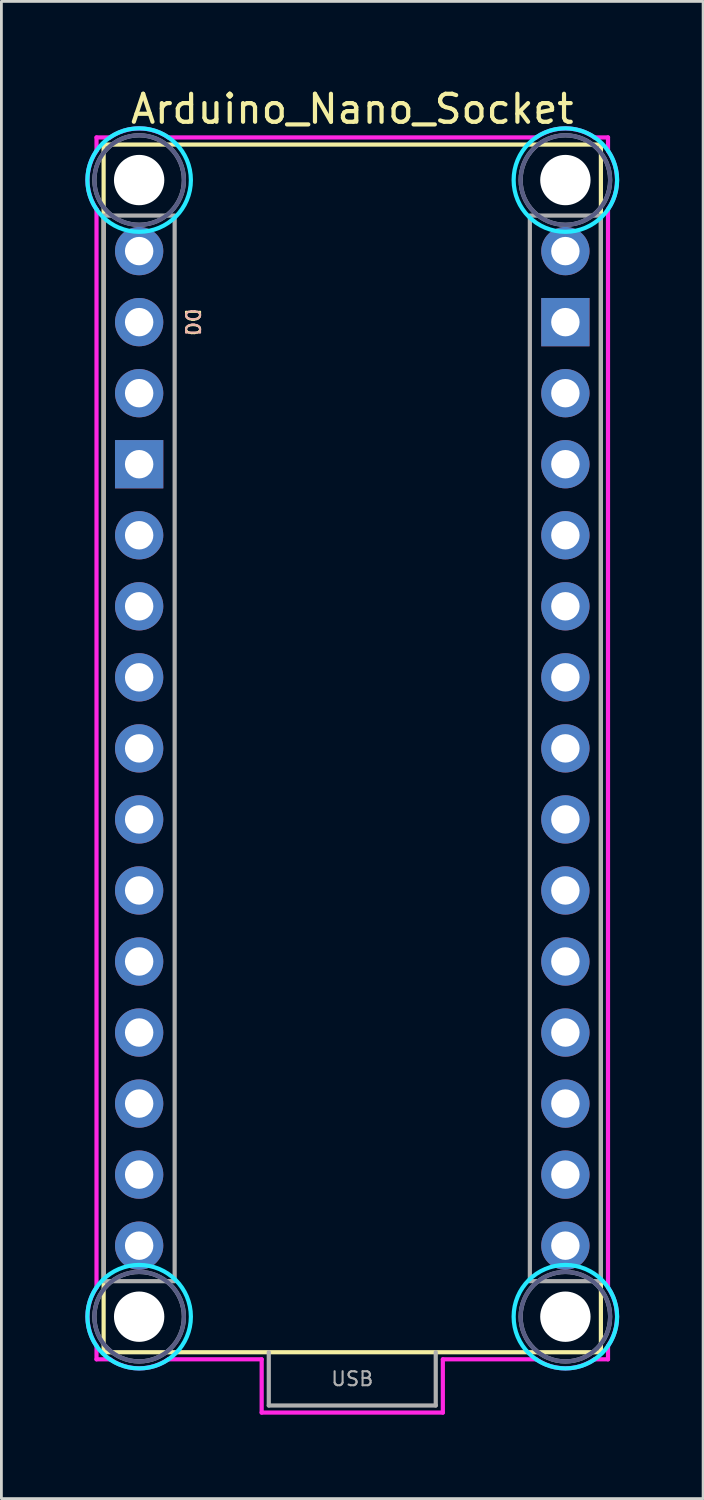
<source format=kicad_pcb>
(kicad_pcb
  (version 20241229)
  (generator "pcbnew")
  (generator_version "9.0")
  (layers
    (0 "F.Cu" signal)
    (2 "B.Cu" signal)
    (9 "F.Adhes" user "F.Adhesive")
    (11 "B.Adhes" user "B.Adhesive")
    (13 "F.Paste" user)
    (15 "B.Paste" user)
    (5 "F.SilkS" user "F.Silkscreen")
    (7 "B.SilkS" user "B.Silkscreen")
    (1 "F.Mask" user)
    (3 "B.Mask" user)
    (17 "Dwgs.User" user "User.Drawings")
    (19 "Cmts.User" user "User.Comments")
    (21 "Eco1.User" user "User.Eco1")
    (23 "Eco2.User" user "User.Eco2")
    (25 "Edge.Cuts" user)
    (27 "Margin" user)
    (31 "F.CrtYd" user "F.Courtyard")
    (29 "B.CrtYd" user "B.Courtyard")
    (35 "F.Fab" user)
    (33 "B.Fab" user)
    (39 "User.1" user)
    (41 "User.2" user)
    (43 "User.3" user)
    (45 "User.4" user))
  (footprint "Arduino_Nano_Socket"
    (layer "F.Cu")
    (at 9.545 45.298)
    (property "Reference" "Arduino_Nano_Socket" (at 0 -44.45 0) (layer "F.SilkS") (effects (font (size 1 1) (thickness 0.15))))
    (attr through_hole)
    (fp_line (start -8.89 -43.18) (end -8.89 0) (stroke (width 0.15) (type solid)) (layer "F.SilkS"))
    (fp_line (start -8.89 -43.18) (end 8.89 -43.18) (stroke (width 0.15) (type solid)) (layer "F.SilkS"))
    (fp_line (start -8.89 0) (end 8.89 0) (stroke (width 0.15) (type solid)) (layer "F.SilkS"))
    (fp_line (start 8.89 -43.18) (end 8.89 0) (stroke (width 0.15) (type solid)) (layer "F.SilkS"))
    (fp_circle (center -7.62 -41.91) (end -5.77 -41.91) (stroke (width 0.15) (type solid)) (fill no) (layer "B.CrtYd"))
    (fp_circle (center -7.62 -1.27) (end -5.77 -1.27) (stroke (width 0.15) (type solid)) (fill no) (layer "B.CrtYd"))
    (fp_circle (center 7.62 -41.91) (end 9.47 -41.91) (stroke (width 0.15) (type solid)) (fill no) (layer "B.CrtYd"))
    (fp_circle (center 7.62 -1.27) (end 9.47 -1.27) (stroke (width 0.15) (type solid)) (fill no) (layer "B.CrtYd"))
    (fp_line (start -9.144 -43.434) (end -8.661 -43.434) (stroke (width 0.15) (type solid)) (layer "F.CrtYd"))
    (fp_line (start -9.144 -42.951) (end -9.144 -43.434) (stroke (width 0.15) (type solid)) (layer "F.CrtYd"))
    (fp_line (start -9.144 -2.311) (end -9.144 -40.869) (stroke (width 0.15) (type solid)) (layer "F.CrtYd"))
    (fp_line (start -9.144 0.254) (end -9.144 -0.229) (stroke (width 0.15) (type solid)) (layer "F.CrtYd"))
    (fp_line (start -8.661 0.254) (end -9.144 0.254) (stroke (width 0.15) (type solid)) (layer "F.CrtYd"))
    (fp_line (start -6.579 -43.434) (end 6.579 -43.434) (stroke (width 0.15) (type solid)) (layer "F.CrtYd"))
    (fp_line (start -3.239 0.254) (end -6.579 0.254) (stroke (width 0.15) (type solid)) (layer "F.CrtYd"))
    (fp_line (start -3.239 0.254) (end -3.239 2.159) (stroke (width 0.15) (type solid)) (layer "F.CrtYd"))
    (fp_line (start 3.239 0.254) (end 3.239 2.159) (stroke (width 0.15) (type solid)) (layer "F.CrtYd"))
    (fp_line (start 3.239 2.159) (end -3.239 2.159) (stroke (width 0.15) (type solid)) (layer "F.CrtYd"))
    (fp_line (start 6.579 0.254) (end 3.239 0.254) (stroke (width 0.15) (type solid)) (layer "F.CrtYd"))
    (fp_line (start 8.661 -43.434) (end 9.144 -43.434) (stroke (width 0.15) (type solid)) (layer "F.CrtYd"))
    (fp_line (start 9.144 -43.434) (end 9.144 -42.951) (stroke (width 0.15) (type solid)) (layer "F.CrtYd"))
    (fp_line (start 9.144 -40.869) (end 9.144 -2.311) (stroke (width 0.15) (type solid)) (layer "F.CrtYd"))
    (fp_line (start 9.144 -0.229) (end 9.144 0.254) (stroke (width 0.15) (type solid)) (layer "F.CrtYd"))
    (fp_line (start 9.144 0.254) (end 8.661 0.254) (stroke (width 0.15) (type solid)) (layer "F.CrtYd"))
    (fp_arc (start -9.144 -40.8686) (mid -9.467363 -41.91) (end -9.144 -42.9514) (stroke (width 0.15) (type solid)) (layer "F.CrtYd"))
    (fp_arc (start -9.144 -0.2286) (mid -9.467363 -1.27) (end -9.144 -2.3114) (stroke (width 0.15) (type solid)) (layer "F.CrtYd"))
    (fp_arc (start -8.6614 -43.434) (mid -7.62 -43.757363) (end -6.5786 -43.434) (stroke (width 0.15) (type solid)) (layer "F.CrtYd"))
    (fp_arc (start -6.5786 0.254) (mid -7.62 0.577363) (end -8.6614 0.254) (stroke (width 0.15) (type solid)) (layer "F.CrtYd"))
    (fp_arc (start 6.5786 -43.434) (mid 7.62 -43.757363) (end 8.6614 -43.434) (stroke (width 0.15) (type solid)) (layer "F.CrtYd"))
    (fp_arc (start 8.6614 0.254) (mid 7.62 0.577363) (end 6.5786 0.254) (stroke (width 0.15) (type solid)) (layer "F.CrtYd"))
    (fp_arc (start 9.144 -42.9514) (mid 9.467363 -41.91) (end 9.144 -40.8686) (stroke (width 0.15) (type solid)) (layer "F.CrtYd"))
    (fp_arc (start 9.144 -2.3114) (mid 9.467363 -1.27) (end 9.144 -0.2286) (stroke (width 0.15) (type solid)) (layer "F.CrtYd"))
    (fp_circle (center -7.62 -41.91) (end -6.02 -41.91) (stroke (width 0.15) (type solid)) (fill no) (layer "B.Fab"))
    (fp_circle (center -7.62 -1.27) (end -6.02 -1.27) (stroke (width 0.15) (type solid)) (fill no) (layer "B.Fab"))
    (fp_circle (center 7.62 -41.91) (end 9.22 -41.91) (stroke (width 0.15) (type solid)) (fill no) (layer "B.Fab"))
    (fp_circle (center 7.62 -1.27) (end 9.22 -1.27) (stroke (width 0.15) (type solid)) (fill no) (layer "B.Fab"))
    (fp_line (start -2.985 1.905) (end -2.985 0) (stroke (width 0.15) (type solid)) (layer "F.Fab"))
    (fp_line (start -2.985 1.905) (end 2.985 1.905) (stroke (width 0.15) (type solid)) (layer "F.Fab"))
    (fp_line (start 2.985 1.905) (end 2.985 0) (stroke (width 0.15) (type solid)) (layer "F.Fab"))
    (fp_rect (start -8.89 -40.64) (end -6.35 -2.54) (stroke (width 0.15) (type solid)) (fill no) (layer "F.Fab"))
    (fp_rect (start 6.35 -40.64) (end 8.89 -2.54) (stroke (width 0.15) (type solid)) (fill no) (layer "F.Fab"))
    (fp_circle (center -7.62 -41.91) (end -6.02 -41.91) (stroke (width 0.15) (type solid)) (fill no) (layer "F.Fab"))
    (fp_circle (center -7.62 -1.27) (end -6.02 -1.27) (stroke (width 0.15) (type solid)) (fill no) (layer "F.Fab"))
    (fp_circle (center 7.62 -41.91) (end 9.22 -41.91) (stroke (width 0.15) (type solid)) (fill no) (layer "F.Fab"))
    (fp_circle (center 7.62 -1.27) (end 9.22 -1.27) (stroke (width 0.15) (type solid)) (fill no) (layer "F.Fab"))
    (fp_text user "D0" (at -5.715 -36.83 270) (unlocked yes) (layer "F.SilkS") (effects (font (size 0.5 0.5) (thickness 0.075))))
    (fp_text user "D0" (at -5.715 -36.83 270) (unlocked yes) (layer "B.SilkS") (effects (font (size 0.5 0.5) (thickness 0.075)) (justify mirror)))
    (fp_text user "USB" (at 0 0.953 0) (layer "F.Fab") (effects (font (size 0.5 0.5) (thickness 0.075))))
    (pad "" np_thru_hole circle (at -7.62 -41.91) (size 1.8 1.8) (drill 1.8) (layers "*.Cu" "*.Mask"))
    (pad "" np_thru_hole circle (at -7.62 -1.27) (size 1.8 1.8) (drill 1.8) (layers "*.Cu" "*.Mask"))
    (pad "" np_thru_hole circle (at 7.62 -41.91) (size 1.8 1.8) (drill 1.8) (layers "*.Cu" "*.Mask"))
    (pad "" np_thru_hole circle (at 7.62 -1.27) (size 1.8 1.8) (drill 1.8) (layers "*.Cu" "*.Mask"))
    (pad "3V3" thru_hole circle (at 7.62 -6.35) (size 1.727 1.727) (drill 1.016) (layers "*.Cu" "*.Mask"))
    (pad "5V" thru_hole circle (at 7.62 -31.75) (size 1.727 1.727) (drill 1.016) (layers "*.Cu" "*.Mask"))
    (pad "A0" thru_hole circle (at 7.62 -11.43) (size 1.727 1.727) (drill 1.016) (layers "*.Cu" "*.Mask"))
    (pad "A1" thru_hole circle (at 7.62 -13.97) (size 1.727 1.727) (drill 1.016) (layers "*.Cu" "*.Mask"))
    (pad "A2" thru_hole circle (at 7.62 -16.51) (size 1.727 1.727) (drill 1.016) (layers "*.Cu" "*.Mask"))
    (pad "A3" thru_hole circle (at 7.62 -19.05) (size 1.727 1.727) (drill 1.016) (layers "*.Cu" "*.Mask"))
    (pad "A4" thru_hole circle (at 7.62 -21.59) (size 1.727 1.727) (drill 1.016) (layers "*.Cu" "*.Mask"))
    (pad "A5" thru_hole circle (at 7.62 -24.13) (size 1.727 1.727) (drill 1.016) (layers "*.Cu" "*.Mask"))
    (pad "A6" thru_hole circle (at 7.62 -26.67) (size 1.727 1.727) (drill 1.016) (layers "*.Cu" "*.Mask"))
    (pad "A7" thru_hole circle (at 7.62 -29.21) (size 1.727 1.727) (drill 1.016) (layers "*.Cu" "*.Mask"))
    (pad "AREF" thru_hole circle (at 7.62 -8.89) (size 1.727 1.727) (drill 1.016) (layers "*.Cu" "*.Mask"))
    (pad "D0" thru_hole circle (at -7.62 -36.83) (size 1.727 1.727) (drill 1.016) (layers "*.Cu" "*.Mask"))
    (pad "D1" thru_hole circle (at -7.62 -39.37) (size 1.727 1.727) (drill 1.016) (layers "*.Cu" "*.Mask"))
    (pad "D2" thru_hole circle (at -7.62 -29.21) (size 1.727 1.727) (drill 1.016) (layers "*.Cu" "*.Mask"))
    (pad "D3" thru_hole circle (at -7.62 -26.67) (size 1.727 1.727) (drill 1.016) (layers "*.Cu" "*.Mask"))
    (pad "D4" thru_hole circle (at -7.62 -24.13) (size 1.727 1.727) (drill 1.016) (layers "*.Cu" "*.Mask"))
    (pad "D5" thru_hole circle (at -7.62 -21.59) (size 1.727 1.727) (drill 1.016) (layers "*.Cu" "*.Mask"))
    (pad "D6" thru_hole circle (at -7.62 -19.05) (size 1.727 1.727) (drill 1.016) (layers "*.Cu" "*.Mask"))
    (pad "D7" thru_hole circle (at -7.62 -16.51) (size 1.727 1.727) (drill 1.016) (layers "*.Cu" "*.Mask"))
    (pad "D8" thru_hole circle (at -7.62 -13.97) (size 1.727 1.727) (drill 1.016) (layers "*.Cu" "*.Mask"))
    (pad "D9" thru_hole circle (at -7.62 -11.43) (size 1.727 1.727) (drill 1.016) (layers "*.Cu" "*.Mask"))
    (pad "D10" thru_hole circle (at -7.62 -8.89) (size 1.727 1.727) (drill 1.016) (layers "*.Cu" "*.Mask"))
    (pad "D11" thru_hole circle (at -7.62 -6.35) (size 1.727 1.727) (drill 1.016) (layers "*.Cu" "*.Mask"))
    (pad "D12" thru_hole circle (at -7.62 -3.81) (size 1.727 1.727) (drill 1.016) (layers "*.Cu" "*.Mask"))
    (pad "D13" thru_hole circle (at 7.62 -3.81) (size 1.727 1.727) (drill 1.016) (layers "*.Cu" "*.Mask"))
    (pad "GND1" thru_hole rect (at -7.62 -31.75) (size 1.727 1.727) (drill 1.016) (layers "*.Cu" "*.Mask"))
    (pad "GND2" thru_hole rect (at 7.62 -36.83) (size 1.727 1.727) (drill 1.016) (layers "*.Cu" "*.Mask"))
    (pad "RST1" thru_hole circle (at -7.62 -34.29) (size 1.727 1.727) (drill 1.016) (layers "*.Cu" "*.Mask"))
    (pad "RST2" thru_hole circle (at 7.62 -34.29) (size 1.727 1.727) (drill 1.016) (layers "*.Cu" "*.Mask"))
    (pad "VIN" thru_hole circle (at 7.62 -39.37) (size 1.727 1.727) (drill 1.016) (layers "*.Cu" "*.Mask")))
  (gr_rect
    (start -3 -3)
    (end 22.09 50.532)
    (stroke (width 0.1) (type default))
    (fill no)
    (layer "Edge.Cuts")))
</source>
